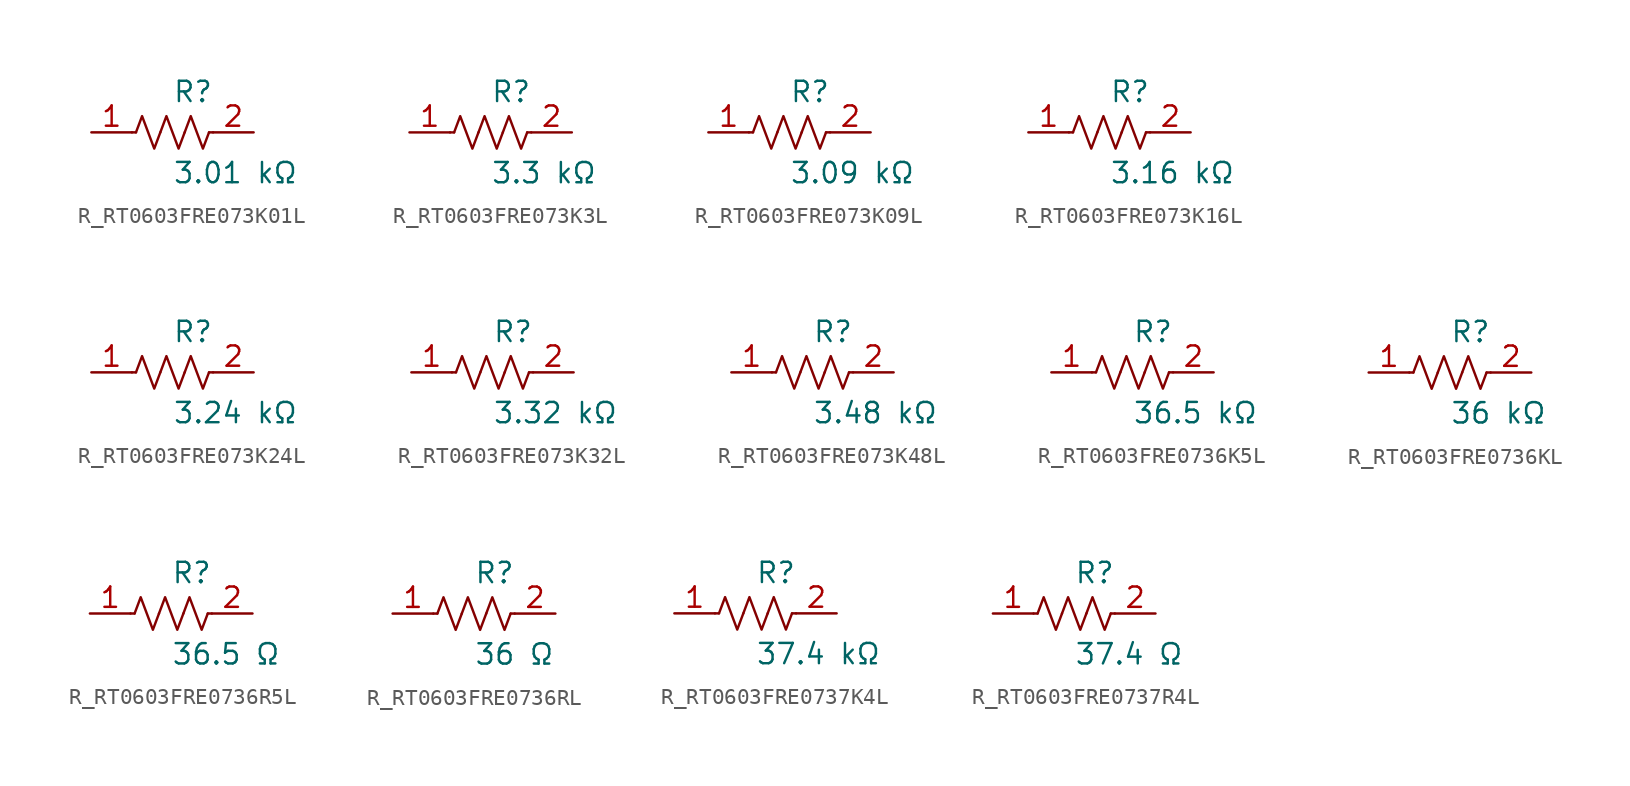
<source format=kicad_sym>
(kicad_symbol_lib
  (version 20231120)
  (generator kicad_symbol_editor)
  (generator_version 8.0)
  (symbol "R_RT0603FRE073K01L"
    (pin_names
      (offset 0.254))
    (property "Reference" "R"
      (at 0.0 2.54 0)
      (effects (font (size 1.27 1.27)) (justify left)))
    (property "Value" "3.01 kΩ"
      (at 0.0 -2.54 0)
      (effects (font (size 1.27 1.27)) (justify left)))
    (symbol "R_RT0603FRE073K01L_0_1"
      (polyline (pts (xy 2.286 0) (xy 2.54 0)) (stroke (width 0) (type default)) (fill (type none)))
      (polyline (pts (xy -2.286 0) (xy -2.54 0)) (stroke (width 0) (type default)) (fill (type none)))
      (polyline (pts (xy 0.762 0) (xy 1.143 1.016) (xy 1.524 0) (xy 1.905 -1.016) (xy 2.286 0)) (stroke (width 0) (type default)) (fill (type none)))
      (polyline (pts (xy -0.762 0) (xy -0.381 1.016) (xy 0 0) (xy 0.381 -1.016) (xy 0.762 0)) (stroke (width 0) (type default)) (fill (type none)))
      (polyline (pts (xy -2.286 0) (xy -1.905 1.016) (xy -1.524 0) (xy -1.143 -1.016) (xy -0.762 0)) (stroke (width 0) (type default)) (fill (type none))))
    (pin unspecified line
      (at -5.08 0 0)
      (length 2.54)
      (name "" (effects (font (size 1.27 1.27))))
      (number "1" (effects (font (size 1.27 1.27)))))
    (pin unspecified line
      (at 5.08 0 180)
      (length 2.54)
      (name "" (effects (font (size 1.27 1.27))))
      (number "2" (effects (font (size 1.27 1.27))))))
  (symbol "R_RT0603FRE073K3L"
    (pin_names
      (offset 0.254))
    (property "Reference" "R"
      (at 0.0 2.54 0)
      (effects (font (size 1.27 1.27)) (justify left)))
    (property "Value" "3.3 kΩ"
      (at 0.0 -2.54 0)
      (effects (font (size 1.27 1.27)) (justify left)))
    (symbol "R_RT0603FRE073K3L_0_1"
      (polyline (pts (xy 2.286 0) (xy 2.54 0)) (stroke (width 0) (type default)) (fill (type none)))
      (polyline (pts (xy -2.286 0) (xy -2.54 0)) (stroke (width 0) (type default)) (fill (type none)))
      (polyline (pts (xy 0.762 0) (xy 1.143 1.016) (xy 1.524 0) (xy 1.905 -1.016) (xy 2.286 0)) (stroke (width 0) (type default)) (fill (type none)))
      (polyline (pts (xy -0.762 0) (xy -0.381 1.016) (xy 0 0) (xy 0.381 -1.016) (xy 0.762 0)) (stroke (width 0) (type default)) (fill (type none)))
      (polyline (pts (xy -2.286 0) (xy -1.905 1.016) (xy -1.524 0) (xy -1.143 -1.016) (xy -0.762 0)) (stroke (width 0) (type default)) (fill (type none))))
    (pin unspecified line
      (at -5.08 0 0)
      (length 2.54)
      (name "" (effects (font (size 1.27 1.27))))
      (number "1" (effects (font (size 1.27 1.27)))))
    (pin unspecified line
      (at 5.08 0 180)
      (length 2.54)
      (name "" (effects (font (size 1.27 1.27))))
      (number "2" (effects (font (size 1.27 1.27))))))
  (symbol "R_RT0603FRE073K09L"
    (pin_names
      (offset 0.254))
    (property "Reference" "R"
      (at 0.0 2.54 0)
      (effects (font (size 1.27 1.27)) (justify left)))
    (property "Value" "3.09 kΩ"
      (at 0.0 -2.54 0)
      (effects (font (size 1.27 1.27)) (justify left)))
    (symbol "R_RT0603FRE073K09L_0_1"
      (polyline (pts (xy 2.286 0) (xy 2.54 0)) (stroke (width 0) (type default)) (fill (type none)))
      (polyline (pts (xy -2.286 0) (xy -2.54 0)) (stroke (width 0) (type default)) (fill (type none)))
      (polyline (pts (xy 0.762 0) (xy 1.143 1.016) (xy 1.524 0) (xy 1.905 -1.016) (xy 2.286 0)) (stroke (width 0) (type default)) (fill (type none)))
      (polyline (pts (xy -0.762 0) (xy -0.381 1.016) (xy 0 0) (xy 0.381 -1.016) (xy 0.762 0)) (stroke (width 0) (type default)) (fill (type none)))
      (polyline (pts (xy -2.286 0) (xy -1.905 1.016) (xy -1.524 0) (xy -1.143 -1.016) (xy -0.762 0)) (stroke (width 0) (type default)) (fill (type none))))
    (pin unspecified line
      (at -5.08 0 0)
      (length 2.54)
      (name "" (effects (font (size 1.27 1.27))))
      (number "1" (effects (font (size 1.27 1.27)))))
    (pin unspecified line
      (at 5.08 0 180)
      (length 2.54)
      (name "" (effects (font (size 1.27 1.27))))
      (number "2" (effects (font (size 1.27 1.27))))))
  (symbol "R_RT0603FRE073K16L"
    (pin_names
      (offset 0.254))
    (property "Reference" "R"
      (at 0.0 2.54 0)
      (effects (font (size 1.27 1.27)) (justify left)))
    (property "Value" "3.16 kΩ"
      (at 0.0 -2.54 0)
      (effects (font (size 1.27 1.27)) (justify left)))
    (symbol "R_RT0603FRE073K16L_0_1"
      (polyline (pts (xy 2.286 0) (xy 2.54 0)) (stroke (width 0) (type default)) (fill (type none)))
      (polyline (pts (xy -2.286 0) (xy -2.54 0)) (stroke (width 0) (type default)) (fill (type none)))
      (polyline (pts (xy 0.762 0) (xy 1.143 1.016) (xy 1.524 0) (xy 1.905 -1.016) (xy 2.286 0)) (stroke (width 0) (type default)) (fill (type none)))
      (polyline (pts (xy -0.762 0) (xy -0.381 1.016) (xy 0 0) (xy 0.381 -1.016) (xy 0.762 0)) (stroke (width 0) (type default)) (fill (type none)))
      (polyline (pts (xy -2.286 0) (xy -1.905 1.016) (xy -1.524 0) (xy -1.143 -1.016) (xy -0.762 0)) (stroke (width 0) (type default)) (fill (type none))))
    (pin unspecified line
      (at -5.08 0 0)
      (length 2.54)
      (name "" (effects (font (size 1.27 1.27))))
      (number "1" (effects (font (size 1.27 1.27)))))
    (pin unspecified line
      (at 5.08 0 180)
      (length 2.54)
      (name "" (effects (font (size 1.27 1.27))))
      (number "2" (effects (font (size 1.27 1.27))))))
  (symbol "R_RT0603FRE073K24L"
    (pin_names
      (offset 0.254))
    (property "Reference" "R"
      (at 0.0 2.54 0)
      (effects (font (size 1.27 1.27)) (justify left)))
    (property "Value" "3.24 kΩ"
      (at 0.0 -2.54 0)
      (effects (font (size 1.27 1.27)) (justify left)))
    (symbol "R_RT0603FRE073K24L_0_1"
      (polyline (pts (xy 2.286 0) (xy 2.54 0)) (stroke (width 0) (type default)) (fill (type none)))
      (polyline (pts (xy -2.286 0) (xy -2.54 0)) (stroke (width 0) (type default)) (fill (type none)))
      (polyline (pts (xy 0.762 0) (xy 1.143 1.016) (xy 1.524 0) (xy 1.905 -1.016) (xy 2.286 0)) (stroke (width 0) (type default)) (fill (type none)))
      (polyline (pts (xy -0.762 0) (xy -0.381 1.016) (xy 0 0) (xy 0.381 -1.016) (xy 0.762 0)) (stroke (width 0) (type default)) (fill (type none)))
      (polyline (pts (xy -2.286 0) (xy -1.905 1.016) (xy -1.524 0) (xy -1.143 -1.016) (xy -0.762 0)) (stroke (width 0) (type default)) (fill (type none))))
    (pin unspecified line
      (at -5.08 0 0)
      (length 2.54)
      (name "" (effects (font (size 1.27 1.27))))
      (number "1" (effects (font (size 1.27 1.27)))))
    (pin unspecified line
      (at 5.08 0 180)
      (length 2.54)
      (name "" (effects (font (size 1.27 1.27))))
      (number "2" (effects (font (size 1.27 1.27))))))
  (symbol "R_RT0603FRE073K32L"
    (pin_names
      (offset 0.254))
    (property "Reference" "R"
      (at 0.0 2.54 0)
      (effects (font (size 1.27 1.27)) (justify left)))
    (property "Value" "3.32 kΩ"
      (at 0.0 -2.54 0)
      (effects (font (size 1.27 1.27)) (justify left)))
    (symbol "R_RT0603FRE073K32L_0_1"
      (polyline (pts (xy 2.286 0) (xy 2.54 0)) (stroke (width 0) (type default)) (fill (type none)))
      (polyline (pts (xy -2.286 0) (xy -2.54 0)) (stroke (width 0) (type default)) (fill (type none)))
      (polyline (pts (xy 0.762 0) (xy 1.143 1.016) (xy 1.524 0) (xy 1.905 -1.016) (xy 2.286 0)) (stroke (width 0) (type default)) (fill (type none)))
      (polyline (pts (xy -0.762 0) (xy -0.381 1.016) (xy 0 0) (xy 0.381 -1.016) (xy 0.762 0)) (stroke (width 0) (type default)) (fill (type none)))
      (polyline (pts (xy -2.286 0) (xy -1.905 1.016) (xy -1.524 0) (xy -1.143 -1.016) (xy -0.762 0)) (stroke (width 0) (type default)) (fill (type none))))
    (pin unspecified line
      (at -5.08 0 0)
      (length 2.54)
      (name "" (effects (font (size 1.27 1.27))))
      (number "1" (effects (font (size 1.27 1.27)))))
    (pin unspecified line
      (at 5.08 0 180)
      (length 2.54)
      (name "" (effects (font (size 1.27 1.27))))
      (number "2" (effects (font (size 1.27 1.27))))))
  (symbol "R_RT0603FRE073K48L"
    (pin_names
      (offset 0.254))
    (property "Reference" "R"
      (at 0.0 2.54 0)
      (effects (font (size 1.27 1.27)) (justify left)))
    (property "Value" "3.48 kΩ"
      (at 0.0 -2.54 0)
      (effects (font (size 1.27 1.27)) (justify left)))
    (symbol "R_RT0603FRE073K48L_0_1"
      (polyline (pts (xy 2.286 0) (xy 2.54 0)) (stroke (width 0) (type default)) (fill (type none)))
      (polyline (pts (xy -2.286 0) (xy -2.54 0)) (stroke (width 0) (type default)) (fill (type none)))
      (polyline (pts (xy 0.762 0) (xy 1.143 1.016) (xy 1.524 0) (xy 1.905 -1.016) (xy 2.286 0)) (stroke (width 0) (type default)) (fill (type none)))
      (polyline (pts (xy -0.762 0) (xy -0.381 1.016) (xy 0 0) (xy 0.381 -1.016) (xy 0.762 0)) (stroke (width 0) (type default)) (fill (type none)))
      (polyline (pts (xy -2.286 0) (xy -1.905 1.016) (xy -1.524 0) (xy -1.143 -1.016) (xy -0.762 0)) (stroke (width 0) (type default)) (fill (type none))))
    (pin unspecified line
      (at -5.08 0 0)
      (length 2.54)
      (name "" (effects (font (size 1.27 1.27))))
      (number "1" (effects (font (size 1.27 1.27)))))
    (pin unspecified line
      (at 5.08 0 180)
      (length 2.54)
      (name "" (effects (font (size 1.27 1.27))))
      (number "2" (effects (font (size 1.27 1.27))))))
  (symbol "R_RT0603FRE0736K5L"
    (pin_names
      (offset 0.254))
    (property "Reference" "R"
      (at 0.0 2.54 0)
      (effects (font (size 1.27 1.27)) (justify left)))
    (property "Value" "36.5 kΩ"
      (at 0.0 -2.54 0)
      (effects (font (size 1.27 1.27)) (justify left)))
    (symbol "R_RT0603FRE0736K5L_0_1"
      (polyline (pts (xy 2.286 0) (xy 2.54 0)) (stroke (width 0) (type default)) (fill (type none)))
      (polyline (pts (xy -2.286 0) (xy -2.54 0)) (stroke (width 0) (type default)) (fill (type none)))
      (polyline (pts (xy 0.762 0) (xy 1.143 1.016) (xy 1.524 0) (xy 1.905 -1.016) (xy 2.286 0)) (stroke (width 0) (type default)) (fill (type none)))
      (polyline (pts (xy -0.762 0) (xy -0.381 1.016) (xy 0 0) (xy 0.381 -1.016) (xy 0.762 0)) (stroke (width 0) (type default)) (fill (type none)))
      (polyline (pts (xy -2.286 0) (xy -1.905 1.016) (xy -1.524 0) (xy -1.143 -1.016) (xy -0.762 0)) (stroke (width 0) (type default)) (fill (type none))))
    (pin unspecified line
      (at -5.08 0 0)
      (length 2.54)
      (name "" (effects (font (size 1.27 1.27))))
      (number "1" (effects (font (size 1.27 1.27)))))
    (pin unspecified line
      (at 5.08 0 180)
      (length 2.54)
      (name "" (effects (font (size 1.27 1.27))))
      (number "2" (effects (font (size 1.27 1.27))))))
  (symbol "R_RT0603FRE0736KL"
    (pin_names
      (offset 0.254))
    (property "Reference" "R"
      (at 0.0 2.54 0)
      (effects (font (size 1.27 1.27)) (justify left)))
    (property "Value" "36 kΩ"
      (at 0.0 -2.54 0)
      (effects (font (size 1.27 1.27)) (justify left)))
    (symbol "R_RT0603FRE0736KL_0_1"
      (polyline (pts (xy 2.286 0) (xy 2.54 0)) (stroke (width 0) (type default)) (fill (type none)))
      (polyline (pts (xy -2.286 0) (xy -2.54 0)) (stroke (width 0) (type default)) (fill (type none)))
      (polyline (pts (xy 0.762 0) (xy 1.143 1.016) (xy 1.524 0) (xy 1.905 -1.016) (xy 2.286 0)) (stroke (width 0) (type default)) (fill (type none)))
      (polyline (pts (xy -0.762 0) (xy -0.381 1.016) (xy 0 0) (xy 0.381 -1.016) (xy 0.762 0)) (stroke (width 0) (type default)) (fill (type none)))
      (polyline (pts (xy -2.286 0) (xy -1.905 1.016) (xy -1.524 0) (xy -1.143 -1.016) (xy -0.762 0)) (stroke (width 0) (type default)) (fill (type none))))
    (pin unspecified line
      (at -5.08 0 0)
      (length 2.54)
      (name "" (effects (font (size 1.27 1.27))))
      (number "1" (effects (font (size 1.27 1.27)))))
    (pin unspecified line
      (at 5.08 0 180)
      (length 2.54)
      (name "" (effects (font (size 1.27 1.27))))
      (number "2" (effects (font (size 1.27 1.27))))))
  (symbol "R_RT0603FRE0736R5L"
    (pin_names
      (offset 0.254))
    (property "Reference" "R"
      (at 0.0 2.54 0)
      (effects (font (size 1.27 1.27)) (justify left)))
    (property "Value" "36.5 Ω"
      (at 0.0 -2.54 0)
      (effects (font (size 1.27 1.27)) (justify left)))
    (symbol "R_RT0603FRE0736R5L_0_1"
      (polyline (pts (xy 2.286 0) (xy 2.54 0)) (stroke (width 0) (type default)) (fill (type none)))
      (polyline (pts (xy -2.286 0) (xy -2.54 0)) (stroke (width 0) (type default)) (fill (type none)))
      (polyline (pts (xy 0.762 0) (xy 1.143 1.016) (xy 1.524 0) (xy 1.905 -1.016) (xy 2.286 0)) (stroke (width 0) (type default)) (fill (type none)))
      (polyline (pts (xy -0.762 0) (xy -0.381 1.016) (xy 0 0) (xy 0.381 -1.016) (xy 0.762 0)) (stroke (width 0) (type default)) (fill (type none)))
      (polyline (pts (xy -2.286 0) (xy -1.905 1.016) (xy -1.524 0) (xy -1.143 -1.016) (xy -0.762 0)) (stroke (width 0) (type default)) (fill (type none))))
    (pin unspecified line
      (at -5.08 0 0)
      (length 2.54)
      (name "" (effects (font (size 1.27 1.27))))
      (number "1" (effects (font (size 1.27 1.27)))))
    (pin unspecified line
      (at 5.08 0 180)
      (length 2.54)
      (name "" (effects (font (size 1.27 1.27))))
      (number "2" (effects (font (size 1.27 1.27))))))
  (symbol "R_RT0603FRE0736RL"
    (pin_names
      (offset 0.254))
    (property "Reference" "R"
      (at 0.0 2.54 0)
      (effects (font (size 1.27 1.27)) (justify left)))
    (property "Value" "36 Ω"
      (at 0.0 -2.54 0)
      (effects (font (size 1.27 1.27)) (justify left)))
    (symbol "R_RT0603FRE0736RL_0_1"
      (polyline (pts (xy 2.286 0) (xy 2.54 0)) (stroke (width 0) (type default)) (fill (type none)))
      (polyline (pts (xy -2.286 0) (xy -2.54 0)) (stroke (width 0) (type default)) (fill (type none)))
      (polyline (pts (xy 0.762 0) (xy 1.143 1.016) (xy 1.524 0) (xy 1.905 -1.016) (xy 2.286 0)) (stroke (width 0) (type default)) (fill (type none)))
      (polyline (pts (xy -0.762 0) (xy -0.381 1.016) (xy 0 0) (xy 0.381 -1.016) (xy 0.762 0)) (stroke (width 0) (type default)) (fill (type none)))
      (polyline (pts (xy -2.286 0) (xy -1.905 1.016) (xy -1.524 0) (xy -1.143 -1.016) (xy -0.762 0)) (stroke (width 0) (type default)) (fill (type none))))
    (pin unspecified line
      (at -5.08 0 0)
      (length 2.54)
      (name "" (effects (font (size 1.27 1.27))))
      (number "1" (effects (font (size 1.27 1.27)))))
    (pin unspecified line
      (at 5.08 0 180)
      (length 2.54)
      (name "" (effects (font (size 1.27 1.27))))
      (number "2" (effects (font (size 1.27 1.27))))))
  (symbol "R_RT0603FRE0737K4L"
    (pin_names
      (offset 0.254))
    (property "Reference" "R"
      (at 0.0 2.54 0)
      (effects (font (size 1.27 1.27)) (justify left)))
    (property "Value" "37.4 kΩ"
      (at 0.0 -2.54 0)
      (effects (font (size 1.27 1.27)) (justify left)))
    (symbol "R_RT0603FRE0737K4L_0_1"
      (polyline (pts (xy 2.286 0) (xy 2.54 0)) (stroke (width 0) (type default)) (fill (type none)))
      (polyline (pts (xy -2.286 0) (xy -2.54 0)) (stroke (width 0) (type default)) (fill (type none)))
      (polyline (pts (xy 0.762 0) (xy 1.143 1.016) (xy 1.524 0) (xy 1.905 -1.016) (xy 2.286 0)) (stroke (width 0) (type default)) (fill (type none)))
      (polyline (pts (xy -0.762 0) (xy -0.381 1.016) (xy 0 0) (xy 0.381 -1.016) (xy 0.762 0)) (stroke (width 0) (type default)) (fill (type none)))
      (polyline (pts (xy -2.286 0) (xy -1.905 1.016) (xy -1.524 0) (xy -1.143 -1.016) (xy -0.762 0)) (stroke (width 0) (type default)) (fill (type none))))
    (pin unspecified line
      (at -5.08 0 0)
      (length 2.54)
      (name "" (effects (font (size 1.27 1.27))))
      (number "1" (effects (font (size 1.27 1.27)))))
    (pin unspecified line
      (at 5.08 0 180)
      (length 2.54)
      (name "" (effects (font (size 1.27 1.27))))
      (number "2" (effects (font (size 1.27 1.27))))))
  (symbol "R_RT0603FRE0737R4L"
    (pin_names
      (offset 0.254))
    (property "Reference" "R"
      (at 0.0 2.54 0)
      (effects (font (size 1.27 1.27)) (justify left)))
    (property "Value" "37.4 Ω"
      (at 0.0 -2.54 0)
      (effects (font (size 1.27 1.27)) (justify left)))
    (symbol "R_RT0603FRE0737R4L_0_1"
      (polyline (pts (xy 2.286 0) (xy 2.54 0)) (stroke (width 0) (type default)) (fill (type none)))
      (polyline (pts (xy -2.286 0) (xy -2.54 0)) (stroke (width 0) (type default)) (fill (type none)))
      (polyline (pts (xy 0.762 0) (xy 1.143 1.016) (xy 1.524 0) (xy 1.905 -1.016) (xy 2.286 0)) (stroke (width 0) (type default)) (fill (type none)))
      (polyline (pts (xy -0.762 0) (xy -0.381 1.016) (xy 0 0) (xy 0.381 -1.016) (xy 0.762 0)) (stroke (width 0) (type default)) (fill (type none)))
      (polyline (pts (xy -2.286 0) (xy -1.905 1.016) (xy -1.524 0) (xy -1.143 -1.016) (xy -0.762 0)) (stroke (width 0) (type default)) (fill (type none))))
    (pin unspecified line
      (at -5.08 0 0)
      (length 2.54)
      (name "" (effects (font (size 1.27 1.27))))
      (number "1" (effects (font (size 1.27 1.27)))))
    (pin unspecified line
      (at 5.08 0 180)
      (length 2.54)
      (name "" (effects (font (size 1.27 1.27))))
      (number "2" (effects (font (size 1.27 1.27)))))))
</source>
